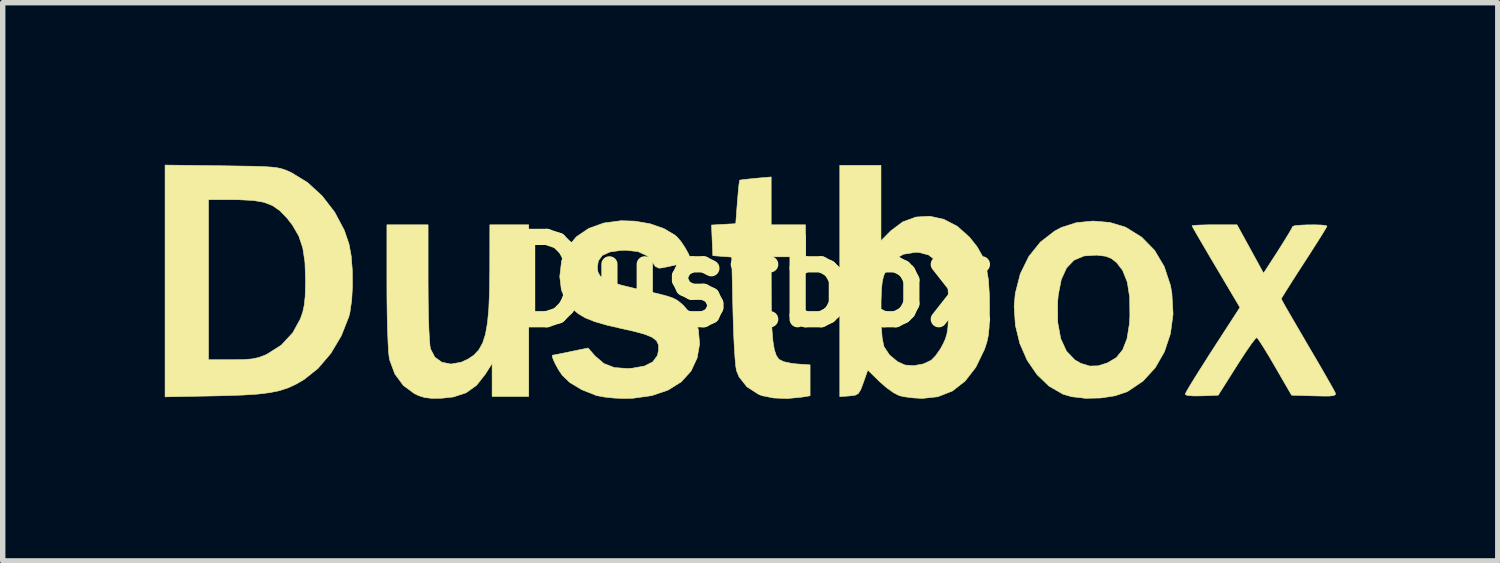
<source format=kicad_pcb>
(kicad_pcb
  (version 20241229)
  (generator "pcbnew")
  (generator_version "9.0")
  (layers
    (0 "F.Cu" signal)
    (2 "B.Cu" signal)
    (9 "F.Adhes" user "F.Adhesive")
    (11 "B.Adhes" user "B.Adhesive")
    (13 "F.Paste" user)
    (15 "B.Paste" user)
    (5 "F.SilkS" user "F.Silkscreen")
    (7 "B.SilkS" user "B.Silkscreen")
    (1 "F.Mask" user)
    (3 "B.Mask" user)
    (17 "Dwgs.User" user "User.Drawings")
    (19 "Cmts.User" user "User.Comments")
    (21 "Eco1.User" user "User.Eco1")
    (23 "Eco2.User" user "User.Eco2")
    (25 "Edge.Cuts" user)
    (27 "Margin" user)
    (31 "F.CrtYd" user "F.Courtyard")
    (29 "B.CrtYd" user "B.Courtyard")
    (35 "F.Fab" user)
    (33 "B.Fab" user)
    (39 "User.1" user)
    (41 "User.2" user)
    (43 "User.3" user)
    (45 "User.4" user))
  (footprint "Dustbox"
    (layer "F.Cu")
    (at 10.842 2.169)
    (property "Reference" "Dustbox" (at 0 0 0) (layer "F.SilkS") (effects (font (size 1.524 1.524) (thickness 0.3))))
    (attr through_hole)
    (fp_poly (pts (xy -5.969 0.011) (xy -5.967 0.33) (xy -5.962 0.62) (xy -5.954 0.87) (xy -5.944 1.066) (xy -5.932 1.198) (xy -5.924 1.238) (xy -5.844 1.392) (xy -5.713 1.486) (xy -5.546 1.519) (xy -5.355 1.485) (xy -5.231 1.428) (xy -5.119 1.352) (xy -5.03 1.256) (xy -4.96 1.132) (xy -4.907 0.969) (xy -4.87 0.76) (xy -4.845 0.495) (xy -4.832 0.164) (xy -4.827 -0.241) (xy -4.827 -0.286) (xy -4.826 -1.058) (xy -4.106 -1.058) (xy -4.106 2.117) (xy -4.784 2.117) (xy -4.784 1.507) (xy -4.908 1.704) (xy -5.073 1.913) (xy -5.266 2.051) (xy -5.501 2.128) (xy -5.712 2.151) (xy -5.897 2.154) (xy -6.03 2.139) (xy -6.144 2.103) (xy -6.222 2.066) (xy -6.428 1.914) (xy -6.584 1.702) (xy -6.68 1.443) (xy -6.688 1.402) (xy -6.7 1.297) (xy -6.71 1.122) (xy -6.719 0.891) (xy -6.726 0.618) (xy -6.73 0.318) (xy -6.731 0.058) (xy -6.731 -1.058) (xy -5.969 -1.058) (xy -5.969 0.011)) (stroke (width 0.01) (type solid)) (fill yes) (layer "F.SilkS"))
    (fp_poly (pts (xy 0.381 -1.058) (xy 1.016 -1.058) (xy 1.016 -0.466) (xy 0.381 -0.466) (xy 0.383 0.265) (xy 0.387 0.615) (xy 0.396 0.89) (xy 0.414 1.099) (xy 0.439 1.252) (xy 0.475 1.359) (xy 0.521 1.428) (xy 0.523 1.43) (xy 0.611 1.475) (xy 0.761 1.507) (xy 0.845 1.516) (xy 1.101 1.534) (xy 1.101 2.106) (xy 0.942 2.132) (xy 0.679 2.157) (xy 0.427 2.147) (xy 0.216 2.105) (xy 0.148 2.079) (xy -0.068 1.94) (xy -0.213 1.757) (xy -0.259 1.647) (xy -0.274 1.564) (xy -0.288 1.41) (xy -0.302 1.2) (xy -0.314 0.948) (xy -0.323 0.668) (xy -0.327 0.521) (xy -0.349 -0.461) (xy -0.699 -0.487) (xy -0.711 -0.77) (xy -0.723 -1.054) (xy -0.499 -1.067) (xy -0.275 -1.079) (xy -0.245 -1.477) (xy -0.23 -1.65) (xy -0.217 -1.787) (xy -0.206 -1.869) (xy -0.202 -1.884) (xy -0.157 -1.892) (xy -0.051 -1.904) (xy 0.094 -1.919) (xy 0.095 -1.919) (xy 0.381 -1.944) (xy 0.381 -1.058)) (stroke (width 0.01) (type solid)) (fill yes) (layer "F.SilkS"))
    (fp_poly (pts (xy 6.649 -1.102) (xy 6.929 -1.018) (xy 6.949 -1.009) (xy 7.24 -0.828) (xy 7.477 -0.586) (xy 7.655 -0.286) (xy 7.771 0.063) (xy 7.797 0.207) (xy 7.819 0.591) (xy 7.771 0.956) (xy 7.659 1.292) (xy 7.488 1.589) (xy 7.262 1.835) (xy 6.986 2.021) (xy 6.963 2.033) (xy 6.743 2.107) (xy 6.478 2.147) (xy 6.2 2.153) (xy 5.942 2.123) (xy 5.781 2.076) (xy 5.524 1.928) (xy 5.301 1.714) (xy 5.118 1.447) (xy 4.983 1.138) (xy 4.901 0.802) (xy 4.878 0.451) (xy 4.884 0.385) (xy 5.682 0.385) (xy 5.685 0.75) (xy 5.74 1.049) (xy 5.846 1.28) (xy 6.003 1.444) (xy 6.115 1.507) (xy 6.275 1.556) (xy 6.43 1.552) (xy 6.604 1.498) (xy 6.768 1.401) (xy 6.887 1.255) (xy 6.967 1.05) (xy 7.011 0.778) (xy 7.02 0.632) (xy 7.016 0.282) (xy 6.972 0.002) (xy 6.886 -0.215) (xy 6.775 -0.358) (xy 6.678 -0.435) (xy 6.57 -0.477) (xy 6.414 -0.496) (xy 6.403 -0.497) (xy 6.171 -0.482) (xy 5.986 -0.404) (xy 5.847 -0.259) (xy 5.75 -0.045) (xy 5.694 0.242) (xy 5.682 0.385) (xy 4.884 0.385) (xy 4.899 0.212) (xy 4.992 -0.151) (xy 5.149 -0.471) (xy 5.363 -0.738) (xy 5.629 -0.944) (xy 5.754 -1.01) (xy 6.03 -1.098) (xy 6.339 -1.128) (xy 6.649 -1.102)) (stroke (width 0.01) (type solid)) (fill yes) (layer "F.SilkS"))
    (fp_poly (pts (xy -9.79 -2.151) (xy -9.465 -2.146) (xy -9.212 -2.142) (xy -9.02 -2.136) (xy -8.876 -2.127) (xy -8.768 -2.115) (xy -8.684 -2.097) (xy -8.612 -2.073) (xy -8.539 -2.042) (xy -8.498 -2.023) (xy -8.199 -1.84) (xy -7.928 -1.591) (xy -7.697 -1.291) (xy -7.52 -0.958) (xy -7.432 -0.7) (xy -7.392 -0.48) (xy -7.371 -0.214) (xy -7.368 0.068) (xy -7.383 0.338) (xy -7.416 0.566) (xy -7.434 0.638) (xy -7.575 0.996) (xy -7.77 1.323) (xy -8.007 1.6) (xy -8.262 1.803) (xy -8.41 1.89) (xy -8.557 1.958) (xy -8.715 2.01) (xy -8.899 2.048) (xy -9.122 2.075) (xy -9.397 2.093) (xy -9.738 2.104) (xy -9.895 2.108) (xy -10.837 2.126) (xy -10.837 1.439) (xy -10.033 1.439) (xy -9.599 1.439) (xy -9.385 1.436) (xy -9.229 1.424) (xy -9.109 1.399) (xy -8.997 1.358) (xy -8.954 1.339) (xy -8.685 1.168) (xy -8.472 0.938) (xy -8.332 0.682) (xy -8.288 0.555) (xy -8.26 0.425) (xy -8.244 0.267) (xy -8.238 0.059) (xy -8.237 -0.042) (xy -8.248 -0.367) (xy -8.288 -0.63) (xy -8.362 -0.851) (xy -8.477 -1.05) (xy -8.581 -1.184) (xy -8.712 -1.319) (xy -8.848 -1.414) (xy -9.006 -1.475) (xy -9.206 -1.509) (xy -9.466 -1.522) (xy -9.557 -1.523) (xy -10.033 -1.524) (xy -10.033 1.439) (xy -10.837 1.439) (xy -10.837 -2.164) (xy -9.79 -2.151)) (stroke (width 0.01) (type solid)) (fill yes) (layer "F.SilkS"))
    (fp_poly (pts (xy 9.249 -0.61) (xy 9.494 -0.162) (xy 9.763 -0.578) (xy 9.868 -0.745) (xy 9.954 -0.885) (xy 10.012 -0.984) (xy 10.032 -1.027) (xy 10.07 -1.041) (xy 10.168 -1.051) (xy 10.3 -1.057) (xy 10.44 -1.058) (xy 10.565 -1.054) (xy 10.648 -1.044) (xy 10.668 -1.034) (xy 10.646 -0.992) (xy 10.585 -0.891) (xy 10.492 -0.743) (xy 10.374 -0.558) (xy 10.245 -0.358) (xy 10.11 -0.15) (xy 9.994 0.032) (xy 9.902 0.178) (xy 9.842 0.275) (xy 9.821 0.312) (xy 9.842 0.352) (xy 9.899 0.455) (xy 9.988 0.609) (xy 10.102 0.805) (xy 10.234 1.031) (xy 10.309 1.16) (xy 10.451 1.401) (xy 10.579 1.621) (xy 10.686 1.808) (xy 10.767 1.95) (xy 10.814 2.036) (xy 10.822 2.054) (xy 10.824 2.084) (xy 10.792 2.102) (xy 10.713 2.111) (xy 10.573 2.111) (xy 10.43 2.108) (xy 10.013 2.095) (xy 9.707 1.567) (xy 9.597 1.378) (xy 9.499 1.218) (xy 9.423 1.099) (xy 9.376 1.035) (xy 9.368 1.028) (xy 9.335 1.059) (xy 9.266 1.149) (xy 9.17 1.287) (xy 9.056 1.461) (xy 8.995 1.557) (xy 8.655 2.095) (xy 8.349 2.108) (xy 8.188 2.109) (xy 8.081 2.099) (xy 8.043 2.079) (xy 8.065 2.032) (xy 8.127 1.926) (xy 8.222 1.77) (xy 8.344 1.577) (xy 8.485 1.355) (xy 8.55 1.254) (xy 9.057 0.471) (xy 8.614 -0.276) (xy 8.48 -0.502) (xy 8.363 -0.702) (xy 8.268 -0.865) (xy 8.202 -0.98) (xy 8.172 -1.037) (xy 8.17 -1.041) (xy 8.21 -1.048) (xy 8.316 -1.054) (xy 8.47 -1.058) (xy 8.587 -1.058) (xy 9.003 -1.058) (xy 9.249 -0.61)) (stroke (width 0.01) (type solid)) (fill yes) (layer "F.SilkS"))
    (fp_poly (pts (xy 2.413 -0.764) (xy 2.596 -0.948) (xy 2.815 -1.112) (xy 3.06 -1.202) (xy 3.317 -1.217) (xy 3.576 -1.16) (xy 3.825 -1.031) (xy 4.05 -0.831) (xy 4.057 -0.823) (xy 4.195 -0.648) (xy 4.295 -0.471) (xy 4.362 -0.275) (xy 4.402 -0.039) (xy 4.42 0.252) (xy 4.422 0.423) (xy 4.421 0.669) (xy 4.414 0.85) (xy 4.4 0.989) (xy 4.375 1.106) (xy 4.338 1.221) (xy 4.327 1.251) (xy 4.168 1.579) (xy 3.97 1.835) (xy 3.735 2.018) (xy 3.464 2.124) (xy 3.178 2.155) (xy 3.006 2.145) (xy 2.845 2.124) (xy 2.752 2.103) (xy 2.646 2.049) (xy 2.513 1.954) (xy 2.387 1.843) (xy 2.169 1.63) (xy 2.087 1.863) (xy 2.038 1.993) (xy 1.994 2.064) (xy 1.935 2.096) (xy 1.838 2.108) (xy 1.828 2.109) (xy 1.651 2.122) (xy 1.651 0.52) (xy 2.414 0.52) (xy 2.419 0.817) (xy 2.435 1.034) (xy 2.463 1.176) (xy 2.472 1.202) (xy 2.571 1.351) (xy 2.72 1.475) (xy 2.857 1.537) (xy 3.02 1.549) (xy 3.199 1.516) (xy 3.343 1.449) (xy 3.424 1.366) (xy 3.512 1.241) (xy 3.556 1.162) (xy 3.603 1.061) (xy 3.633 0.964) (xy 3.651 0.85) (xy 3.66 0.696) (xy 3.662 0.481) (xy 3.662 0.466) (xy 3.66 0.244) (xy 3.651 0.087) (xy 3.634 -0.028) (xy 3.605 -0.12) (xy 3.568 -0.197) (xy 3.44 -0.386) (xy 3.295 -0.5) (xy 3.118 -0.547) (xy 3.053 -0.55) (xy 2.826 -0.513) (xy 2.644 -0.406) (xy 2.511 -0.23) (xy 2.496 -0.2) (xy 2.46 -0.105) (xy 2.436 0.004) (xy 2.422 0.148) (xy 2.415 0.345) (xy 2.414 0.52) (xy 1.651 0.52) (xy 1.651 -2.159) (xy 2.413 -2.159) (xy 2.413 -0.764)) (stroke (width 0.01) (type solid)) (fill yes) (layer "F.SilkS"))
    (fp_poly (pts (xy -2.142 -1.126) (xy -1.858 -1.077) (xy -1.604 -0.988) (xy -1.403 -0.869) (xy -1.362 -0.834) (xy -1.29 -0.751) (xy -1.217 -0.642) (xy -1.154 -0.53) (xy -1.116 -0.439) (xy -1.115 -0.395) (xy -1.165 -0.375) (xy -1.271 -0.344) (xy -1.406 -0.311) (xy -1.542 -0.281) (xy -1.652 -0.26) (xy -1.697 -0.256) (xy -1.763 -0.289) (xy -1.812 -0.358) (xy -1.915 -0.485) (xy -2.084 -0.563) (xy -2.314 -0.588) (xy -2.396 -0.585) (xy -2.606 -0.555) (xy -2.744 -0.492) (xy -2.818 -0.391) (xy -2.836 -0.27) (xy -2.825 -0.183) (xy -2.785 -0.112) (xy -2.706 -0.051) (xy -2.575 0.004) (xy -2.384 0.061) (xy -2.121 0.125) (xy -2.088 0.132) (xy -1.838 0.188) (xy -1.657 0.231) (xy -1.529 0.266) (xy -1.439 0.297) (xy -1.373 0.33) (xy -1.316 0.371) (xy -1.253 0.425) (xy -1.244 0.433) (xy -1.067 0.641) (xy -0.966 0.881) (xy -0.944 1.151) (xy -0.99 1.408) (xy -1.103 1.65) (xy -1.284 1.849) (xy -1.528 2.001) (xy -1.828 2.103) (xy -2.179 2.152) (xy -2.343 2.156) (xy -2.532 2.148) (xy -2.711 2.129) (xy -2.845 2.103) (xy -2.857 2.1) (xy -3.126 1.993) (xy -3.343 1.863) (xy -3.487 1.725) (xy -3.553 1.627) (xy -3.613 1.519) (xy -3.657 1.423) (xy -3.672 1.363) (xy -3.665 1.355) (xy -3.619 1.347) (xy -3.512 1.326) (xy -3.364 1.296) (xy -3.329 1.288) (xy -3.008 1.222) (xy -2.878 1.37) (xy -2.716 1.509) (xy -2.522 1.584) (xy -2.28 1.602) (xy -2.189 1.596) (xy -1.964 1.556) (xy -1.811 1.479) (xy -1.725 1.363) (xy -1.702 1.258) (xy -1.705 1.162) (xy -1.741 1.087) (xy -1.821 1.024) (xy -1.955 0.969) (xy -2.154 0.914) (xy -2.36 0.868) (xy -2.656 0.8) (xy -2.883 0.735) (xy -3.055 0.666) (xy -3.188 0.588) (xy -3.274 0.516) (xy -3.42 0.342) (xy -3.502 0.147) (xy -3.531 -0.094) (xy -3.531 -0.107) (xy -3.498 -0.39) (xy -3.393 -0.636) (xy -3.224 -0.837) (xy -2.997 -0.991) (xy -2.719 -1.091) (xy -2.396 -1.134) (xy -2.142 -1.126)) (stroke (width 0.01) (type solid)) (fill yes) (layer "F.SilkS")))
  (gr_rect
    (start -3 -3)
    (end 24.671 7.331)
    (stroke (width 0.1) (type default))
    (fill no)
    (layer "Edge.Cuts")))
</source>
